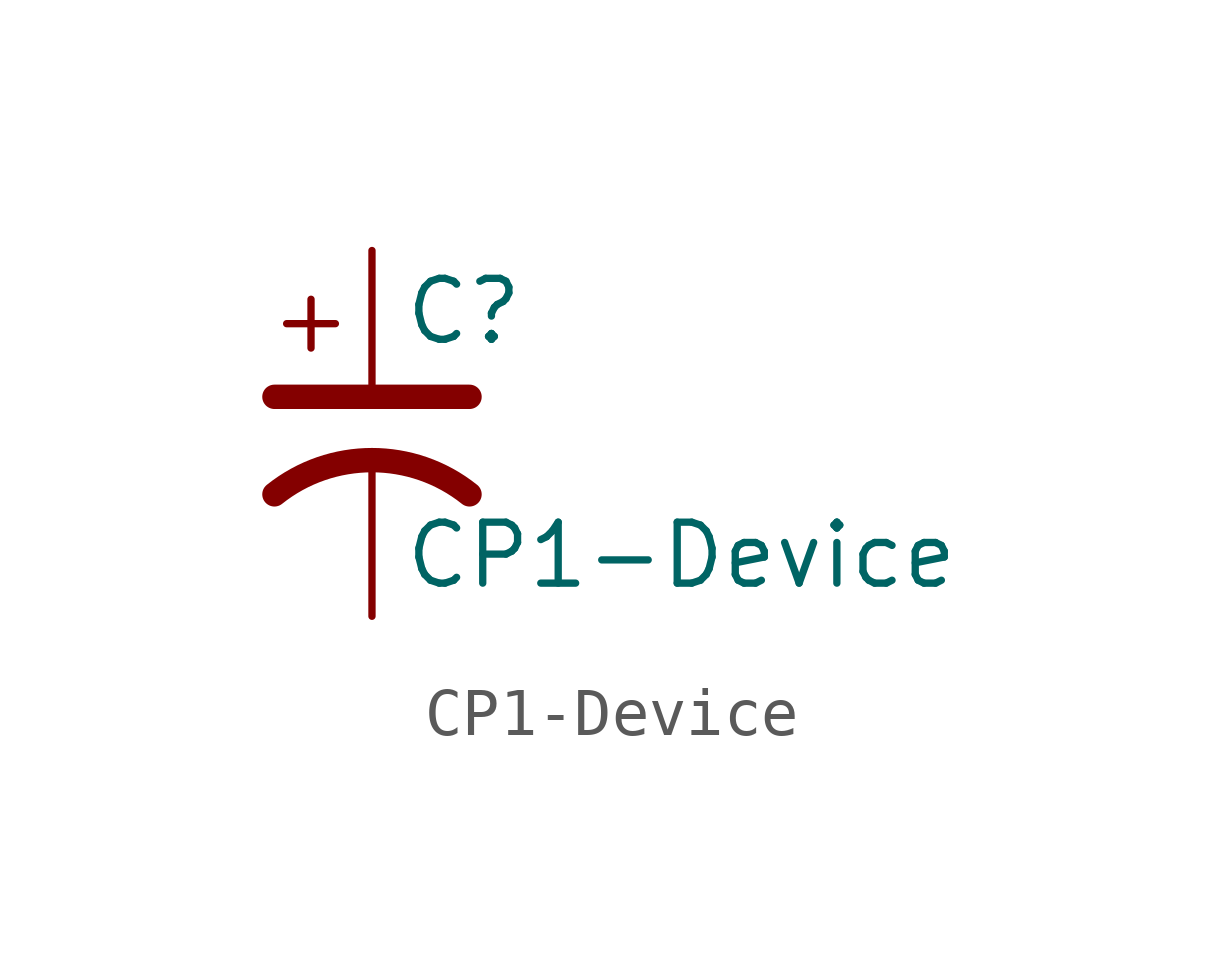
<source format=kicad_sym>
(kicad_symbol_lib
  (version 20220914)
  (generator kicad_symbol_editor)
  (symbol "CP1-Device"
    (pin_numbers hide)
    (pin_names
      (offset 0.254) hide)
    (property "Reference" "C"
      (at 0.635 2.54 0)
      (effects (font (size 1.27 1.27)) (justify left)))
    (property "Value" "CP1-Device"
      (at 0.635 -2.54 0)
      (effects (font (size 1.27 1.27)) (justify left)))
    (symbol "CP1-Device_0_1"
      (polyline (pts (xy -2.032 0.762) (xy 2.032 0.762)) (stroke (width 0.508) (type solid)) (fill (type none)))
      (polyline (pts (xy -1.778 2.286) (xy -0.762 2.286)) (stroke (width 0) (type solid)) (fill (type none)))
      (polyline (pts (xy -1.27 1.778) (xy -1.27 2.794)) (stroke (width 0) (type solid)) (fill (type none)))
      (arc (start 2.032 -1.27) (mid 0 -0.5572) (end -2.032 -1.27) (stroke (width 0.508) (type solid)) (fill (type none))))
    (symbol "CP1-Device_1_1"
      (pin passive line (at 0 3.81 270) (length 2.794) (name "~" (effects (font (size 1.27 1.27)))) (number "1" (effects (font (size 1.27 1.27)))))
      (pin passive line (at 0 -3.81 90) (length 3.302) (name "~" (effects (font (size 1.27 1.27)))) (number "2" (effects (font (size 1.27 1.27))))))))
</source>
